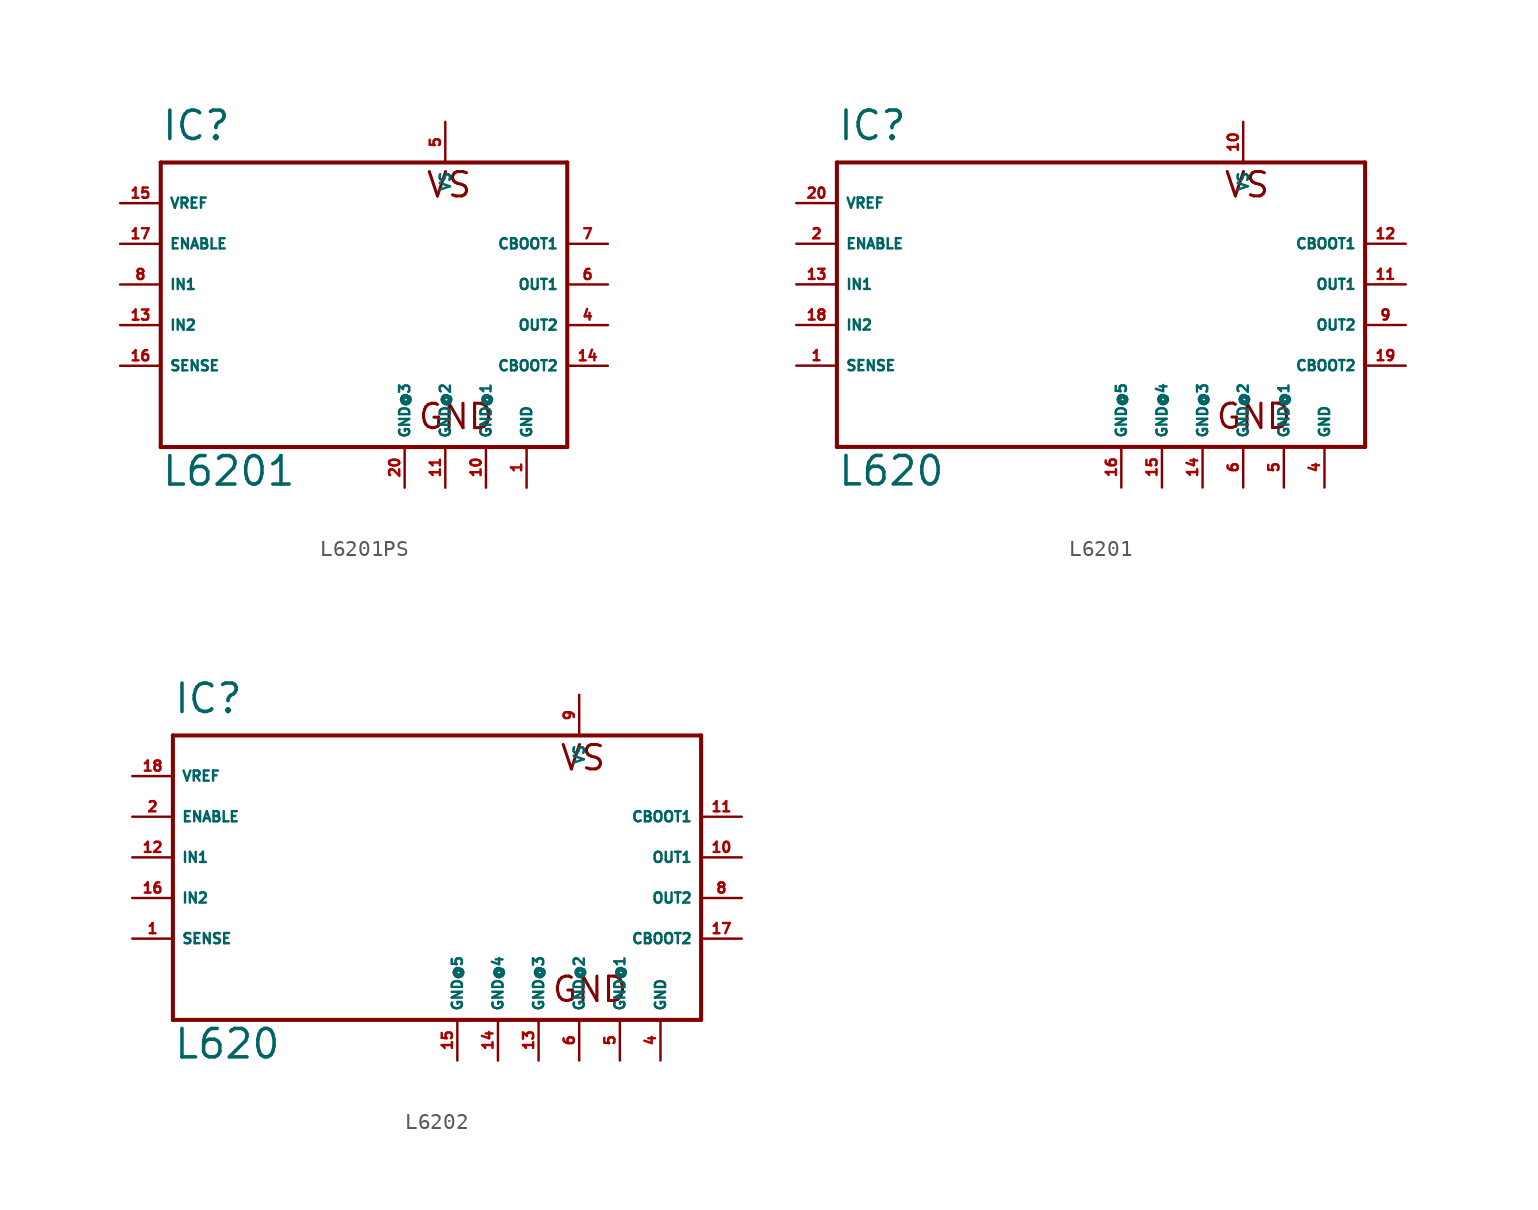
<source format=kicad_sym>
(kicad_symbol_lib
  (version 20220914)
  (generator Eagle2Kicad)
  (symbol "L6201PS"
    (property "Reference" "IC"
      (at -12.7 8.89 0)
      (effects (font (size 1.778 1.778) (thickness 0.22)) (justify left bottom)))
    (property "Value" "L6201"
      (at -12.7 -12.7 0)
      (effects (font (size 1.778 1.778) (thickness 0.22)) (justify left bottom)))
    (polyline
      (pts (xy -12.7 7.62) (xy 12.7 7.62))
      (stroke (width 0.254) (type default))
      (fill (type none)))
    (polyline
      (pts (xy 12.7 7.62) (xy 12.7 -10.16))
      (stroke (width 0.254) (type default))
      (fill (type none)))
    (polyline
      (pts (xy 12.7 -10.16) (xy -12.7 -10.16))
      (stroke (width 0.254) (type default))
      (fill (type none)))
    (polyline
      (pts (xy -12.7 -10.16) (xy -12.7 7.62))
      (stroke (width 0.254) (type default))
      (fill (type none)))
    (text "VS"
      (at 3.81 5.334 0)
      (effects (font (size 1.524 1.524) (thickness 0.19)) (justify left bottom)))
    (text "GND"
      (at 3.302 -9.144 0)
      (effects (font (size 1.524 1.524) (thickness 0.19)) (justify left bottom)))
    (pin input line
      (at 15.24 -5.08 180)
      (length 2.54)
      (name "CBOOT2" (effects (font (size 0.635 0.635) (thickness 0.08)) (justify left bottom)))
      (number "14" (effects (font (size 0.635 0.635) (thickness 0.08)) (justify left bottom))))
    (pin output line
      (at 15.24 -2.54 180)
      (length 2.54)
      (name "OUT2" (effects (font (size 0.635 0.635) (thickness 0.08)) (justify left bottom)))
      (number "4" (effects (font (size 0.635 0.635) (thickness 0.08)) (justify left bottom))))
    (pin input line
      (at -15.24 5.08 0)
      (length 2.54)
      (name "VREF" (effects (font (size 0.635 0.635) (thickness 0.08)) (justify left bottom)))
      (number "15" (effects (font (size 0.635 0.635) (thickness 0.08)) (justify left bottom))))
    (pin unspecified line
      (at 5.08 10.16 270)
      (length 2.54)
      (name "VS" (effects (font (size 0.635 0.635) (thickness 0.08)) (justify left bottom)))
      (number "5" (effects (font (size 0.635 0.635) (thickness 0.08)) (justify left bottom))))
    (pin unspecified line
      (at 10.16 -12.7 90)
      (length 2.54)
      (name "GND" (effects (font (size 0.635 0.635) (thickness 0.08)) (justify left bottom)))
      (number "1" (effects (font (size 0.635 0.635) (thickness 0.08)) (justify left bottom))))
    (pin input line
      (at -15.24 -2.54 0)
      (length 2.54)
      (name "IN2" (effects (font (size 0.635 0.635) (thickness 0.08)) (justify left bottom)))
      (number "13" (effects (font (size 0.635 0.635) (thickness 0.08)) (justify left bottom))))
    (pin input line
      (at -15.24 2.54 0)
      (length 2.54)
      (name "ENABLE" (effects (font (size 0.635 0.635) (thickness 0.08)) (justify left bottom)))
      (number "17" (effects (font (size 0.635 0.635) (thickness 0.08)) (justify left bottom))))
    (pin input line
      (at -15.24 0 0)
      (length 2.54)
      (name "IN1" (effects (font (size 0.635 0.635) (thickness 0.08)) (justify left bottom)))
      (number "8" (effects (font (size 0.635 0.635) (thickness 0.08)) (justify left bottom))))
    (pin output line
      (at 15.24 0 180)
      (length 2.54)
      (name "OUT1" (effects (font (size 0.635 0.635) (thickness 0.08)) (justify left bottom)))
      (number "6" (effects (font (size 0.635 0.635) (thickness 0.08)) (justify left bottom))))
    (pin input line
      (at 15.24 2.54 180)
      (length 2.54)
      (name "CBOOT1" (effects (font (size 0.635 0.635) (thickness 0.08)) (justify left bottom)))
      (number "7" (effects (font (size 0.635 0.635) (thickness 0.08)) (justify left bottom))))
    (pin input line
      (at -15.24 -5.08 0)
      (length 2.54)
      (name "SENSE" (effects (font (size 0.635 0.635) (thickness 0.08)) (justify left bottom)))
      (number "16" (effects (font (size 0.635 0.635) (thickness 0.08)) (justify left bottom))))
    (pin unspecified line
      (at 7.62 -12.7 90)
      (length 2.54)
      (name "GND@1" (effects (font (size 0.635 0.635) (thickness 0.08)) (justify left bottom)))
      (number "10" (effects (font (size 0.635 0.635) (thickness 0.08)) (justify left bottom))))
    (pin unspecified line
      (at 5.08 -12.7 90)
      (length 2.54)
      (name "GND@2" (effects (font (size 0.635 0.635) (thickness 0.08)) (justify left bottom)))
      (number "11" (effects (font (size 0.635 0.635) (thickness 0.08)) (justify left bottom))))
    (pin unspecified line
      (at 2.54 -12.7 90)
      (length 2.54)
      (name "GND@3" (effects (font (size 0.635 0.635) (thickness 0.08)) (justify left bottom)))
      (number "20" (effects (font (size 0.635 0.635) (thickness 0.08)) (justify left bottom)))))
  (symbol "L6201"
    (property "Reference" "IC"
      (at -15.24 8.89 0)
      (effects (font (size 1.778 1.778) (thickness 0.22)) (justify left bottom)))
    (property "Value" "L620"
      (at -15.24 -12.7 0)
      (effects (font (size 1.778 1.778) (thickness 0.22)) (justify left bottom)))
    (polyline
      (pts (xy -15.24 7.62) (xy 17.78 7.62))
      (stroke (width 0.254) (type default))
      (fill (type none)))
    (polyline
      (pts (xy 17.78 7.62) (xy 17.78 -10.16))
      (stroke (width 0.254) (type default))
      (fill (type none)))
    (polyline
      (pts (xy 17.78 -10.16) (xy -15.24 -10.16))
      (stroke (width 0.254) (type default))
      (fill (type none)))
    (polyline
      (pts (xy -15.24 -10.16) (xy -15.24 7.62))
      (stroke (width 0.254) (type default))
      (fill (type none)))
    (text "VS"
      (at 8.89 5.334 0)
      (effects (font (size 1.524 1.524) (thickness 0.19)) (justify left bottom)))
    (text "GND"
      (at 8.382 -9.144 0)
      (effects (font (size 1.524 1.524) (thickness 0.19)) (justify left bottom)))
    (pin input line
      (at 20.32 -5.08 180)
      (length 2.54)
      (name "CBOOT2" (effects (font (size 0.635 0.635) (thickness 0.08)) (justify left bottom)))
      (number "19" (effects (font (size 0.635 0.635) (thickness 0.08)) (justify left bottom))))
    (pin output line
      (at 20.32 -2.54 180)
      (length 2.54)
      (name "OUT2" (effects (font (size 0.635 0.635) (thickness 0.08)) (justify left bottom)))
      (number "9" (effects (font (size 0.635 0.635) (thickness 0.08)) (justify left bottom))))
    (pin input line
      (at -17.78 5.08 0)
      (length 2.54)
      (name "VREF" (effects (font (size 0.635 0.635) (thickness 0.08)) (justify left bottom)))
      (number "20" (effects (font (size 0.635 0.635) (thickness 0.08)) (justify left bottom))))
    (pin unspecified line
      (at 10.16 10.16 270)
      (length 2.54)
      (name "VS" (effects (font (size 0.635 0.635) (thickness 0.08)) (justify left bottom)))
      (number "10" (effects (font (size 0.635 0.635) (thickness 0.08)) (justify left bottom))))
    (pin unspecified line
      (at 15.24 -12.7 90)
      (length 2.54)
      (name "GND" (effects (font (size 0.635 0.635) (thickness 0.08)) (justify left bottom)))
      (number "4" (effects (font (size 0.635 0.635) (thickness 0.08)) (justify left bottom))))
    (pin input line
      (at -17.78 -2.54 0)
      (length 2.54)
      (name "IN2" (effects (font (size 0.635 0.635) (thickness 0.08)) (justify left bottom)))
      (number "18" (effects (font (size 0.635 0.635) (thickness 0.08)) (justify left bottom))))
    (pin input line
      (at -17.78 2.54 0)
      (length 2.54)
      (name "ENABLE" (effects (font (size 0.635 0.635) (thickness 0.08)) (justify left bottom)))
      (number "2" (effects (font (size 0.635 0.635) (thickness 0.08)) (justify left bottom))))
    (pin input line
      (at -17.78 0 0)
      (length 2.54)
      (name "IN1" (effects (font (size 0.635 0.635) (thickness 0.08)) (justify left bottom)))
      (number "13" (effects (font (size 0.635 0.635) (thickness 0.08)) (justify left bottom))))
    (pin output line
      (at 20.32 0 180)
      (length 2.54)
      (name "OUT1" (effects (font (size 0.635 0.635) (thickness 0.08)) (justify left bottom)))
      (number "11" (effects (font (size 0.635 0.635) (thickness 0.08)) (justify left bottom))))
    (pin input line
      (at 20.32 2.54 180)
      (length 2.54)
      (name "CBOOT1" (effects (font (size 0.635 0.635) (thickness 0.08)) (justify left bottom)))
      (number "12" (effects (font (size 0.635 0.635) (thickness 0.08)) (justify left bottom))))
    (pin input line
      (at -17.78 -5.08 0)
      (length 2.54)
      (name "SENSE" (effects (font (size 0.635 0.635) (thickness 0.08)) (justify left bottom)))
      (number "1" (effects (font (size 0.635 0.635) (thickness 0.08)) (justify left bottom))))
    (pin unspecified line
      (at 12.7 -12.7 90)
      (length 2.54)
      (name "GND@1" (effects (font (size 0.635 0.635) (thickness 0.08)) (justify left bottom)))
      (number "5" (effects (font (size 0.635 0.635) (thickness 0.08)) (justify left bottom))))
    (pin unspecified line
      (at 10.16 -12.7 90)
      (length 2.54)
      (name "GND@2" (effects (font (size 0.635 0.635) (thickness 0.08)) (justify left bottom)))
      (number "6" (effects (font (size 0.635 0.635) (thickness 0.08)) (justify left bottom))))
    (pin unspecified line
      (at 7.62 -12.7 90)
      (length 2.54)
      (name "GND@3" (effects (font (size 0.635 0.635) (thickness 0.08)) (justify left bottom)))
      (number "14" (effects (font (size 0.635 0.635) (thickness 0.08)) (justify left bottom))))
    (pin unspecified line
      (at 5.08 -12.7 90)
      (length 2.54)
      (name "GND@4" (effects (font (size 0.635 0.635) (thickness 0.08)) (justify left bottom)))
      (number "15" (effects (font (size 0.635 0.635) (thickness 0.08)) (justify left bottom))))
    (pin unspecified line
      (at 2.54 -12.7 90)
      (length 2.54)
      (name "GND@5" (effects (font (size 0.635 0.635) (thickness 0.08)) (justify left bottom)))
      (number "16" (effects (font (size 0.635 0.635) (thickness 0.08)) (justify left bottom)))))
  (symbol "L6202"
    (property "Reference" "IC"
      (at -15.24 8.89 0)
      (effects (font (size 1.778 1.778) (thickness 0.22)) (justify left bottom)))
    (property "Value" "L620"
      (at -15.24 -12.7 0)
      (effects (font (size 1.778 1.778) (thickness 0.22)) (justify left bottom)))
    (polyline
      (pts (xy -15.24 7.62) (xy 17.78 7.62))
      (stroke (width 0.254) (type default))
      (fill (type none)))
    (polyline
      (pts (xy 17.78 7.62) (xy 17.78 -10.16))
      (stroke (width 0.254) (type default))
      (fill (type none)))
    (polyline
      (pts (xy 17.78 -10.16) (xy -15.24 -10.16))
      (stroke (width 0.254) (type default))
      (fill (type none)))
    (polyline
      (pts (xy -15.24 -10.16) (xy -15.24 7.62))
      (stroke (width 0.254) (type default))
      (fill (type none)))
    (text "VS"
      (at 8.89 5.334 0)
      (effects (font (size 1.524 1.524) (thickness 0.19)) (justify left bottom)))
    (text "GND"
      (at 8.382 -9.144 0)
      (effects (font (size 1.524 1.524) (thickness 0.19)) (justify left bottom)))
    (pin input line
      (at 20.32 -5.08 180)
      (length 2.54)
      (name "CBOOT2" (effects (font (size 0.635 0.635) (thickness 0.08)) (justify left bottom)))
      (number "17" (effects (font (size 0.635 0.635) (thickness 0.08)) (justify left bottom))))
    (pin output line
      (at 20.32 -2.54 180)
      (length 2.54)
      (name "OUT2" (effects (font (size 0.635 0.635) (thickness 0.08)) (justify left bottom)))
      (number "8" (effects (font (size 0.635 0.635) (thickness 0.08)) (justify left bottom))))
    (pin input line
      (at -17.78 5.08 0)
      (length 2.54)
      (name "VREF" (effects (font (size 0.635 0.635) (thickness 0.08)) (justify left bottom)))
      (number "18" (effects (font (size 0.635 0.635) (thickness 0.08)) (justify left bottom))))
    (pin unspecified line
      (at 10.16 10.16 270)
      (length 2.54)
      (name "VS" (effects (font (size 0.635 0.635) (thickness 0.08)) (justify left bottom)))
      (number "9" (effects (font (size 0.635 0.635) (thickness 0.08)) (justify left bottom))))
    (pin unspecified line
      (at 15.24 -12.7 90)
      (length 2.54)
      (name "GND" (effects (font (size 0.635 0.635) (thickness 0.08)) (justify left bottom)))
      (number "4" (effects (font (size 0.635 0.635) (thickness 0.08)) (justify left bottom))))
    (pin input line
      (at -17.78 -2.54 0)
      (length 2.54)
      (name "IN2" (effects (font (size 0.635 0.635) (thickness 0.08)) (justify left bottom)))
      (number "16" (effects (font (size 0.635 0.635) (thickness 0.08)) (justify left bottom))))
    (pin input line
      (at -17.78 2.54 0)
      (length 2.54)
      (name "ENABLE" (effects (font (size 0.635 0.635) (thickness 0.08)) (justify left bottom)))
      (number "2" (effects (font (size 0.635 0.635) (thickness 0.08)) (justify left bottom))))
    (pin input line
      (at -17.78 0 0)
      (length 2.54)
      (name "IN1" (effects (font (size 0.635 0.635) (thickness 0.08)) (justify left bottom)))
      (number "12" (effects (font (size 0.635 0.635) (thickness 0.08)) (justify left bottom))))
    (pin output line
      (at 20.32 0 180)
      (length 2.54)
      (name "OUT1" (effects (font (size 0.635 0.635) (thickness 0.08)) (justify left bottom)))
      (number "10" (effects (font (size 0.635 0.635) (thickness 0.08)) (justify left bottom))))
    (pin input line
      (at 20.32 2.54 180)
      (length 2.54)
      (name "CBOOT1" (effects (font (size 0.635 0.635) (thickness 0.08)) (justify left bottom)))
      (number "11" (effects (font (size 0.635 0.635) (thickness 0.08)) (justify left bottom))))
    (pin input line
      (at -17.78 -5.08 0)
      (length 2.54)
      (name "SENSE" (effects (font (size 0.635 0.635) (thickness 0.08)) (justify left bottom)))
      (number "1" (effects (font (size 0.635 0.635) (thickness 0.08)) (justify left bottom))))
    (pin unspecified line
      (at 12.7 -12.7 90)
      (length 2.54)
      (name "GND@1" (effects (font (size 0.635 0.635) (thickness 0.08)) (justify left bottom)))
      (number "5" (effects (font (size 0.635 0.635) (thickness 0.08)) (justify left bottom))))
    (pin unspecified line
      (at 10.16 -12.7 90)
      (length 2.54)
      (name "GND@2" (effects (font (size 0.635 0.635) (thickness 0.08)) (justify left bottom)))
      (number "6" (effects (font (size 0.635 0.635) (thickness 0.08)) (justify left bottom))))
    (pin unspecified line
      (at 7.62 -12.7 90)
      (length 2.54)
      (name "GND@3" (effects (font (size 0.635 0.635) (thickness 0.08)) (justify left bottom)))
      (number "13" (effects (font (size 0.635 0.635) (thickness 0.08)) (justify left bottom))))
    (pin unspecified line
      (at 5.08 -12.7 90)
      (length 2.54)
      (name "GND@4" (effects (font (size 0.635 0.635) (thickness 0.08)) (justify left bottom)))
      (number "14" (effects (font (size 0.635 0.635) (thickness 0.08)) (justify left bottom))))
    (pin unspecified line
      (at 2.54 -12.7 90)
      (length 2.54)
      (name "GND@5" (effects (font (size 0.635 0.635) (thickness 0.08)) (justify left bottom)))
      (number "15" (effects (font (size 0.635 0.635) (thickness 0.08)) (justify left bottom))))))
</source>
